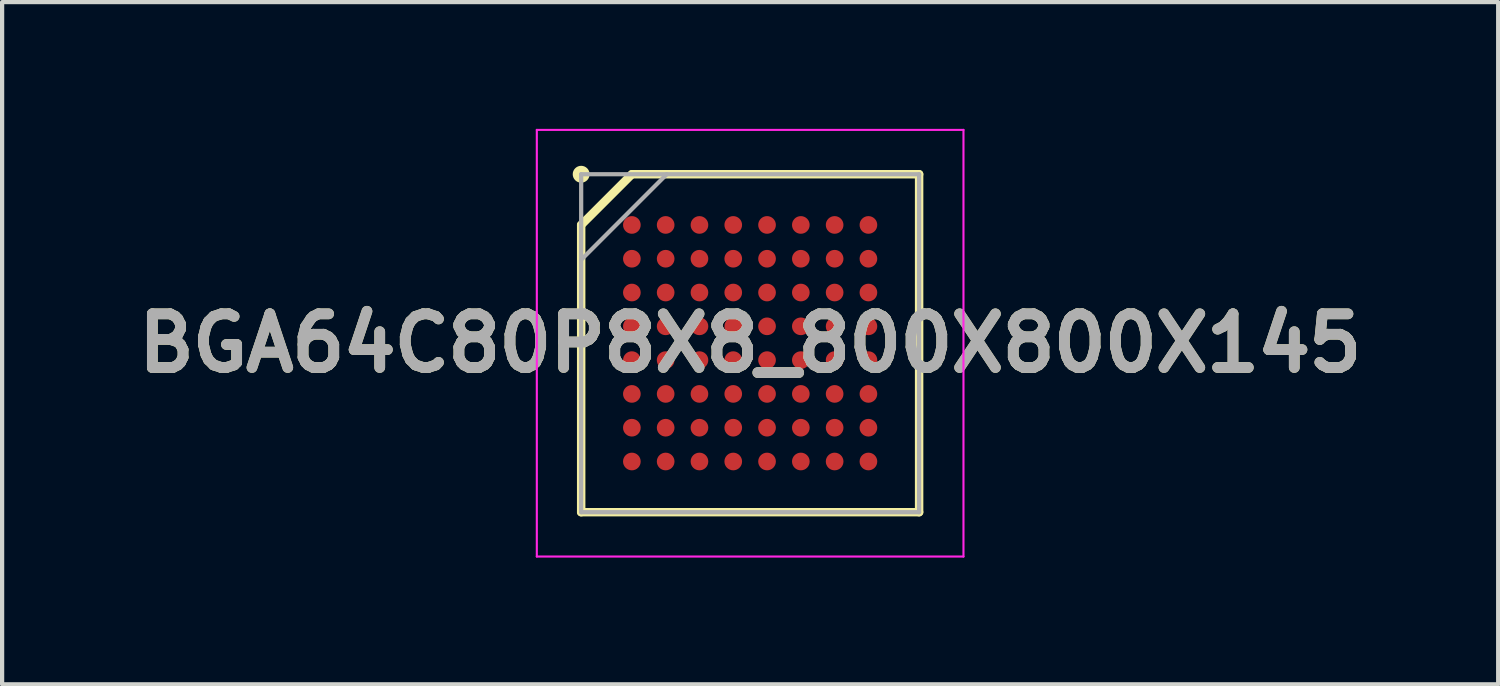
<source format=kicad_pcb>
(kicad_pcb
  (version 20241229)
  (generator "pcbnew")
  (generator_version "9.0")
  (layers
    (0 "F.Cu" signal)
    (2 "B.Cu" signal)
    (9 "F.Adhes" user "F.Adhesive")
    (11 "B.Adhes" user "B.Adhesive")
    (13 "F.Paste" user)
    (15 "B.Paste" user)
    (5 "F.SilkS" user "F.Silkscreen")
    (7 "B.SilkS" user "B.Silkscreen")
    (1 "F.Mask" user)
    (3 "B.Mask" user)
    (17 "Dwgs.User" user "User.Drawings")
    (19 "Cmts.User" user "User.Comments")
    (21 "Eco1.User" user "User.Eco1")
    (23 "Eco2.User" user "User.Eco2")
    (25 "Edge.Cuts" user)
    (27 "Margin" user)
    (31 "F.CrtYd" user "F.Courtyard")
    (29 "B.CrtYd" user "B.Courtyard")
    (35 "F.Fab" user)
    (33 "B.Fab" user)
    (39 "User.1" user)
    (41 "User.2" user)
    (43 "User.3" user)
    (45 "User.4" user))
  (footprint "BGA64C80P8X8_800X800X145"
    (layer "F.Cu")
    (at 14.708 5.075)
    (property "Reference" "BGA64C80P8X8_800X800X145" (at 0 0 0) (layer "F.SilkS") (effects (font (size 1.27 1.27) (thickness 0.254))))
    (attr smd)
    (fp_line (start -4 -2.8) (end -2.8 -4) (stroke (width 0.2) (type solid)) (layer "F.SilkS"))
    (fp_line (start -4 4) (end -4 -2.8) (stroke (width 0.2) (type solid)) (layer "F.SilkS"))
    (fp_line (start -2.8 -4) (end 4 -4) (stroke (width 0.2) (type solid)) (layer "F.SilkS"))
    (fp_line (start 4 -4) (end 4 4) (stroke (width 0.2) (type solid)) (layer "F.SilkS"))
    (fp_line (start 4 4) (end -4 4) (stroke (width 0.2) (type solid)) (layer "F.SilkS"))
    (fp_circle (center -4 -4) (end -4 -3.9) (stroke (width 0.2) (type solid)) (fill no) (layer "F.SilkS"))
    (fp_line (start -5.05 -5.05) (end 5.05 -5.05) (stroke (width 0.05) (type solid)) (layer "F.CrtYd"))
    (fp_line (start -5.05 5.05) (end -5.05 -5.05) (stroke (width 0.05) (type solid)) (layer "F.CrtYd"))
    (fp_line (start 5.05 -5.05) (end 5.05 5.05) (stroke (width 0.05) (type solid)) (layer "F.CrtYd"))
    (fp_line (start 5.05 5.05) (end -5.05 5.05) (stroke (width 0.05) (type solid)) (layer "F.CrtYd"))
    (fp_line (start -4 -4) (end 4 -4) (stroke (width 0.1) (type solid)) (layer "F.Fab"))
    (fp_line (start -4 -1.975) (end -1.975 -4) (stroke (width 0.1) (type solid)) (layer "F.Fab"))
    (fp_line (start -4 4) (end -4 -4) (stroke (width 0.1) (type solid)) (layer "F.Fab"))
    (fp_line (start 4 -4) (end 4 4) (stroke (width 0.1) (type solid)) (layer "F.Fab"))
    (fp_line (start 4 4) (end -4 4) (stroke (width 0.1) (type solid)) (layer "F.Fab"))
    (fp_text user "${REFERENCE}" (at 0 0 0) (layer "F.Fab") (effects (font (size 1.27 1.27) (thickness 0.254))))
    (pad "A1" smd circle (at -2.8 -2.8 90) (size 0.418 0.418) (layers "F.Cu" "F.Mask" "F.Paste"))
    (pad "A2" smd circle (at -2 -2.8 90) (size 0.418 0.418) (layers "F.Cu" "F.Mask" "F.Paste"))
    (pad "A3" smd circle (at -1.2 -2.8 90) (size 0.418 0.418) (layers "F.Cu" "F.Mask" "F.Paste"))
    (pad "A4" smd circle (at -0.4 -2.8 90) (size 0.418 0.418) (layers "F.Cu" "F.Mask" "F.Paste"))
    (pad "A5" smd circle (at 0.4 -2.8 90) (size 0.418 0.418) (layers "F.Cu" "F.Mask" "F.Paste"))
    (pad "A6" smd circle (at 1.2 -2.8 90) (size 0.418 0.418) (layers "F.Cu" "F.Mask" "F.Paste"))
    (pad "A7" smd circle (at 2 -2.8 90) (size 0.418 0.418) (layers "F.Cu" "F.Mask" "F.Paste"))
    (pad "A8" smd circle (at 2.8 -2.8 90) (size 0.418 0.418) (layers "F.Cu" "F.Mask" "F.Paste"))
    (pad "B1" smd circle (at -2.8 -2 90) (size 0.418 0.418) (layers "F.Cu" "F.Mask" "F.Paste"))
    (pad "B2" smd circle (at -2 -2 90) (size 0.418 0.418) (layers "F.Cu" "F.Mask" "F.Paste"))
    (pad "B3" smd circle (at -1.2 -2 90) (size 0.418 0.418) (layers "F.Cu" "F.Mask" "F.Paste"))
    (pad "B4" smd circle (at -0.4 -2 90) (size 0.418 0.418) (layers "F.Cu" "F.Mask" "F.Paste"))
    (pad "B5" smd circle (at 0.4 -2 90) (size 0.418 0.418) (layers "F.Cu" "F.Mask" "F.Paste"))
    (pad "B6" smd circle (at 1.2 -2 90) (size 0.418 0.418) (layers "F.Cu" "F.Mask" "F.Paste"))
    (pad "B7" smd circle (at 2 -2 90) (size 0.418 0.418) (layers "F.Cu" "F.Mask" "F.Paste"))
    (pad "B8" smd circle (at 2.8 -2 90) (size 0.418 0.418) (layers "F.Cu" "F.Mask" "F.Paste"))
    (pad "C1" smd circle (at -2.8 -1.2 90) (size 0.418 0.418) (layers "F.Cu" "F.Mask" "F.Paste"))
    (pad "C2" smd circle (at -2 -1.2 90) (size 0.418 0.418) (layers "F.Cu" "F.Mask" "F.Paste"))
    (pad "C3" smd circle (at -1.2 -1.2 90) (size 0.418 0.418) (layers "F.Cu" "F.Mask" "F.Paste"))
    (pad "C4" smd circle (at -0.4 -1.2 90) (size 0.418 0.418) (layers "F.Cu" "F.Mask" "F.Paste"))
    (pad "C5" smd circle (at 0.4 -1.2 90) (size 0.418 0.418) (layers "F.Cu" "F.Mask" "F.Paste"))
    (pad "C6" smd circle (at 1.2 -1.2 90) (size 0.418 0.418) (layers "F.Cu" "F.Mask" "F.Paste"))
    (pad "C7" smd circle (at 2 -1.2 90) (size 0.418 0.418) (layers "F.Cu" "F.Mask" "F.Paste"))
    (pad "C8" smd circle (at 2.8 -1.2 90) (size 0.418 0.418) (layers "F.Cu" "F.Mask" "F.Paste"))
    (pad "D1" smd circle (at -2.8 -0.4 90) (size 0.418 0.418) (layers "F.Cu" "F.Mask" "F.Paste"))
    (pad "D2" smd circle (at -2 -0.4 90) (size 0.418 0.418) (layers "F.Cu" "F.Mask" "F.Paste"))
    (pad "D3" smd circle (at -1.2 -0.4 90) (size 0.418 0.418) (layers "F.Cu" "F.Mask" "F.Paste"))
    (pad "D4" smd circle (at -0.4 -0.4 90) (size 0.418 0.418) (layers "F.Cu" "F.Mask" "F.Paste"))
    (pad "D5" smd circle (at 0.4 -0.4 90) (size 0.418 0.418) (layers "F.Cu" "F.Mask" "F.Paste"))
    (pad "D6" smd circle (at 1.2 -0.4 90) (size 0.418 0.418) (layers "F.Cu" "F.Mask" "F.Paste"))
    (pad "D7" smd circle (at 2 -0.4 90) (size 0.418 0.418) (layers "F.Cu" "F.Mask" "F.Paste"))
    (pad "D8" smd circle (at 2.8 -0.4 90) (size 0.418 0.418) (layers "F.Cu" "F.Mask" "F.Paste"))
    (pad "E1" smd circle (at -2.8 0.4 90) (size 0.418 0.418) (layers "F.Cu" "F.Mask" "F.Paste"))
    (pad "E2" smd circle (at -2 0.4 90) (size 0.418 0.418) (layers "F.Cu" "F.Mask" "F.Paste"))
    (pad "E3" smd circle (at -1.2 0.4 90) (size 0.418 0.418) (layers "F.Cu" "F.Mask" "F.Paste"))
    (pad "E4" smd circle (at -0.4 0.4 90) (size 0.418 0.418) (layers "F.Cu" "F.Mask" "F.Paste"))
    (pad "E5" smd circle (at 0.4 0.4 90) (size 0.418 0.418) (layers "F.Cu" "F.Mask" "F.Paste"))
    (pad "E6" smd circle (at 1.2 0.4 90) (size 0.418 0.418) (layers "F.Cu" "F.Mask" "F.Paste"))
    (pad "E7" smd circle (at 2 0.4 90) (size 0.418 0.418) (layers "F.Cu" "F.Mask" "F.Paste"))
    (pad "E8" smd circle (at 2.8 0.4 90) (size 0.418 0.418) (layers "F.Cu" "F.Mask" "F.Paste"))
    (pad "F1" smd circle (at -2.8 1.2 90) (size 0.418 0.418) (layers "F.Cu" "F.Mask" "F.Paste"))
    (pad "F2" smd circle (at -2 1.2 90) (size 0.418 0.418) (layers "F.Cu" "F.Mask" "F.Paste"))
    (pad "F3" smd circle (at -1.2 1.2 90) (size 0.418 0.418) (layers "F.Cu" "F.Mask" "F.Paste"))
    (pad "F4" smd circle (at -0.4 1.2 90) (size 0.418 0.418) (layers "F.Cu" "F.Mask" "F.Paste"))
    (pad "F5" smd circle (at 0.4 1.2 90) (size 0.418 0.418) (layers "F.Cu" "F.Mask" "F.Paste"))
    (pad "F6" smd circle (at 1.2 1.2 90) (size 0.418 0.418) (layers "F.Cu" "F.Mask" "F.Paste"))
    (pad "F7" smd circle (at 2 1.2 90) (size 0.418 0.418) (layers "F.Cu" "F.Mask" "F.Paste"))
    (pad "F8" smd circle (at 2.8 1.2 90) (size 0.418 0.418) (layers "F.Cu" "F.Mask" "F.Paste"))
    (pad "G1" smd circle (at -2.8 2 90) (size 0.418 0.418) (layers "F.Cu" "F.Mask" "F.Paste"))
    (pad "G2" smd circle (at -2 2 90) (size 0.418 0.418) (layers "F.Cu" "F.Mask" "F.Paste"))
    (pad "G3" smd circle (at -1.2 2 90) (size 0.418 0.418) (layers "F.Cu" "F.Mask" "F.Paste"))
    (pad "G4" smd circle (at -0.4 2 90) (size 0.418 0.418) (layers "F.Cu" "F.Mask" "F.Paste"))
    (pad "G5" smd circle (at 0.4 2 90) (size 0.418 0.418) (layers "F.Cu" "F.Mask" "F.Paste"))
    (pad "G6" smd circle (at 1.2 2 90) (size 0.418 0.418) (layers "F.Cu" "F.Mask" "F.Paste"))
    (pad "G7" smd circle (at 2 2 90) (size 0.418 0.418) (layers "F.Cu" "F.Mask" "F.Paste"))
    (pad "G8" smd circle (at 2.8 2 90) (size 0.418 0.418) (layers "F.Cu" "F.Mask" "F.Paste"))
    (pad "H1" smd circle (at -2.8 2.8 90) (size 0.418 0.418) (layers "F.Cu" "F.Mask" "F.Paste"))
    (pad "H2" smd circle (at -2 2.8 90) (size 0.418 0.418) (layers "F.Cu" "F.Mask" "F.Paste"))
    (pad "H3" smd circle (at -1.2 2.8 90) (size 0.418 0.418) (layers "F.Cu" "F.Mask" "F.Paste"))
    (pad "H4" smd circle (at -0.4 2.8 90) (size 0.418 0.418) (layers "F.Cu" "F.Mask" "F.Paste"))
    (pad "H5" smd circle (at 0.4 2.8 90) (size 0.418 0.418) (layers "F.Cu" "F.Mask" "F.Paste"))
    (pad "H6" smd circle (at 1.2 2.8 90) (size 0.418 0.418) (layers "F.Cu" "F.Mask" "F.Paste"))
    (pad "H7" smd circle (at 2 2.8 90) (size 0.418 0.418) (layers "F.Cu" "F.Mask" "F.Paste"))
    (pad "H8" smd circle (at 2.8 2.8 90) (size 0.418 0.418) (layers "F.Cu" "F.Mask" "F.Paste")))
  (gr_rect
    (start -3 -3)
    (end 32.416 13.15)
    (stroke (width 0.1) (type default))
    (fill no)
    (layer "Edge.Cuts")))
</source>
